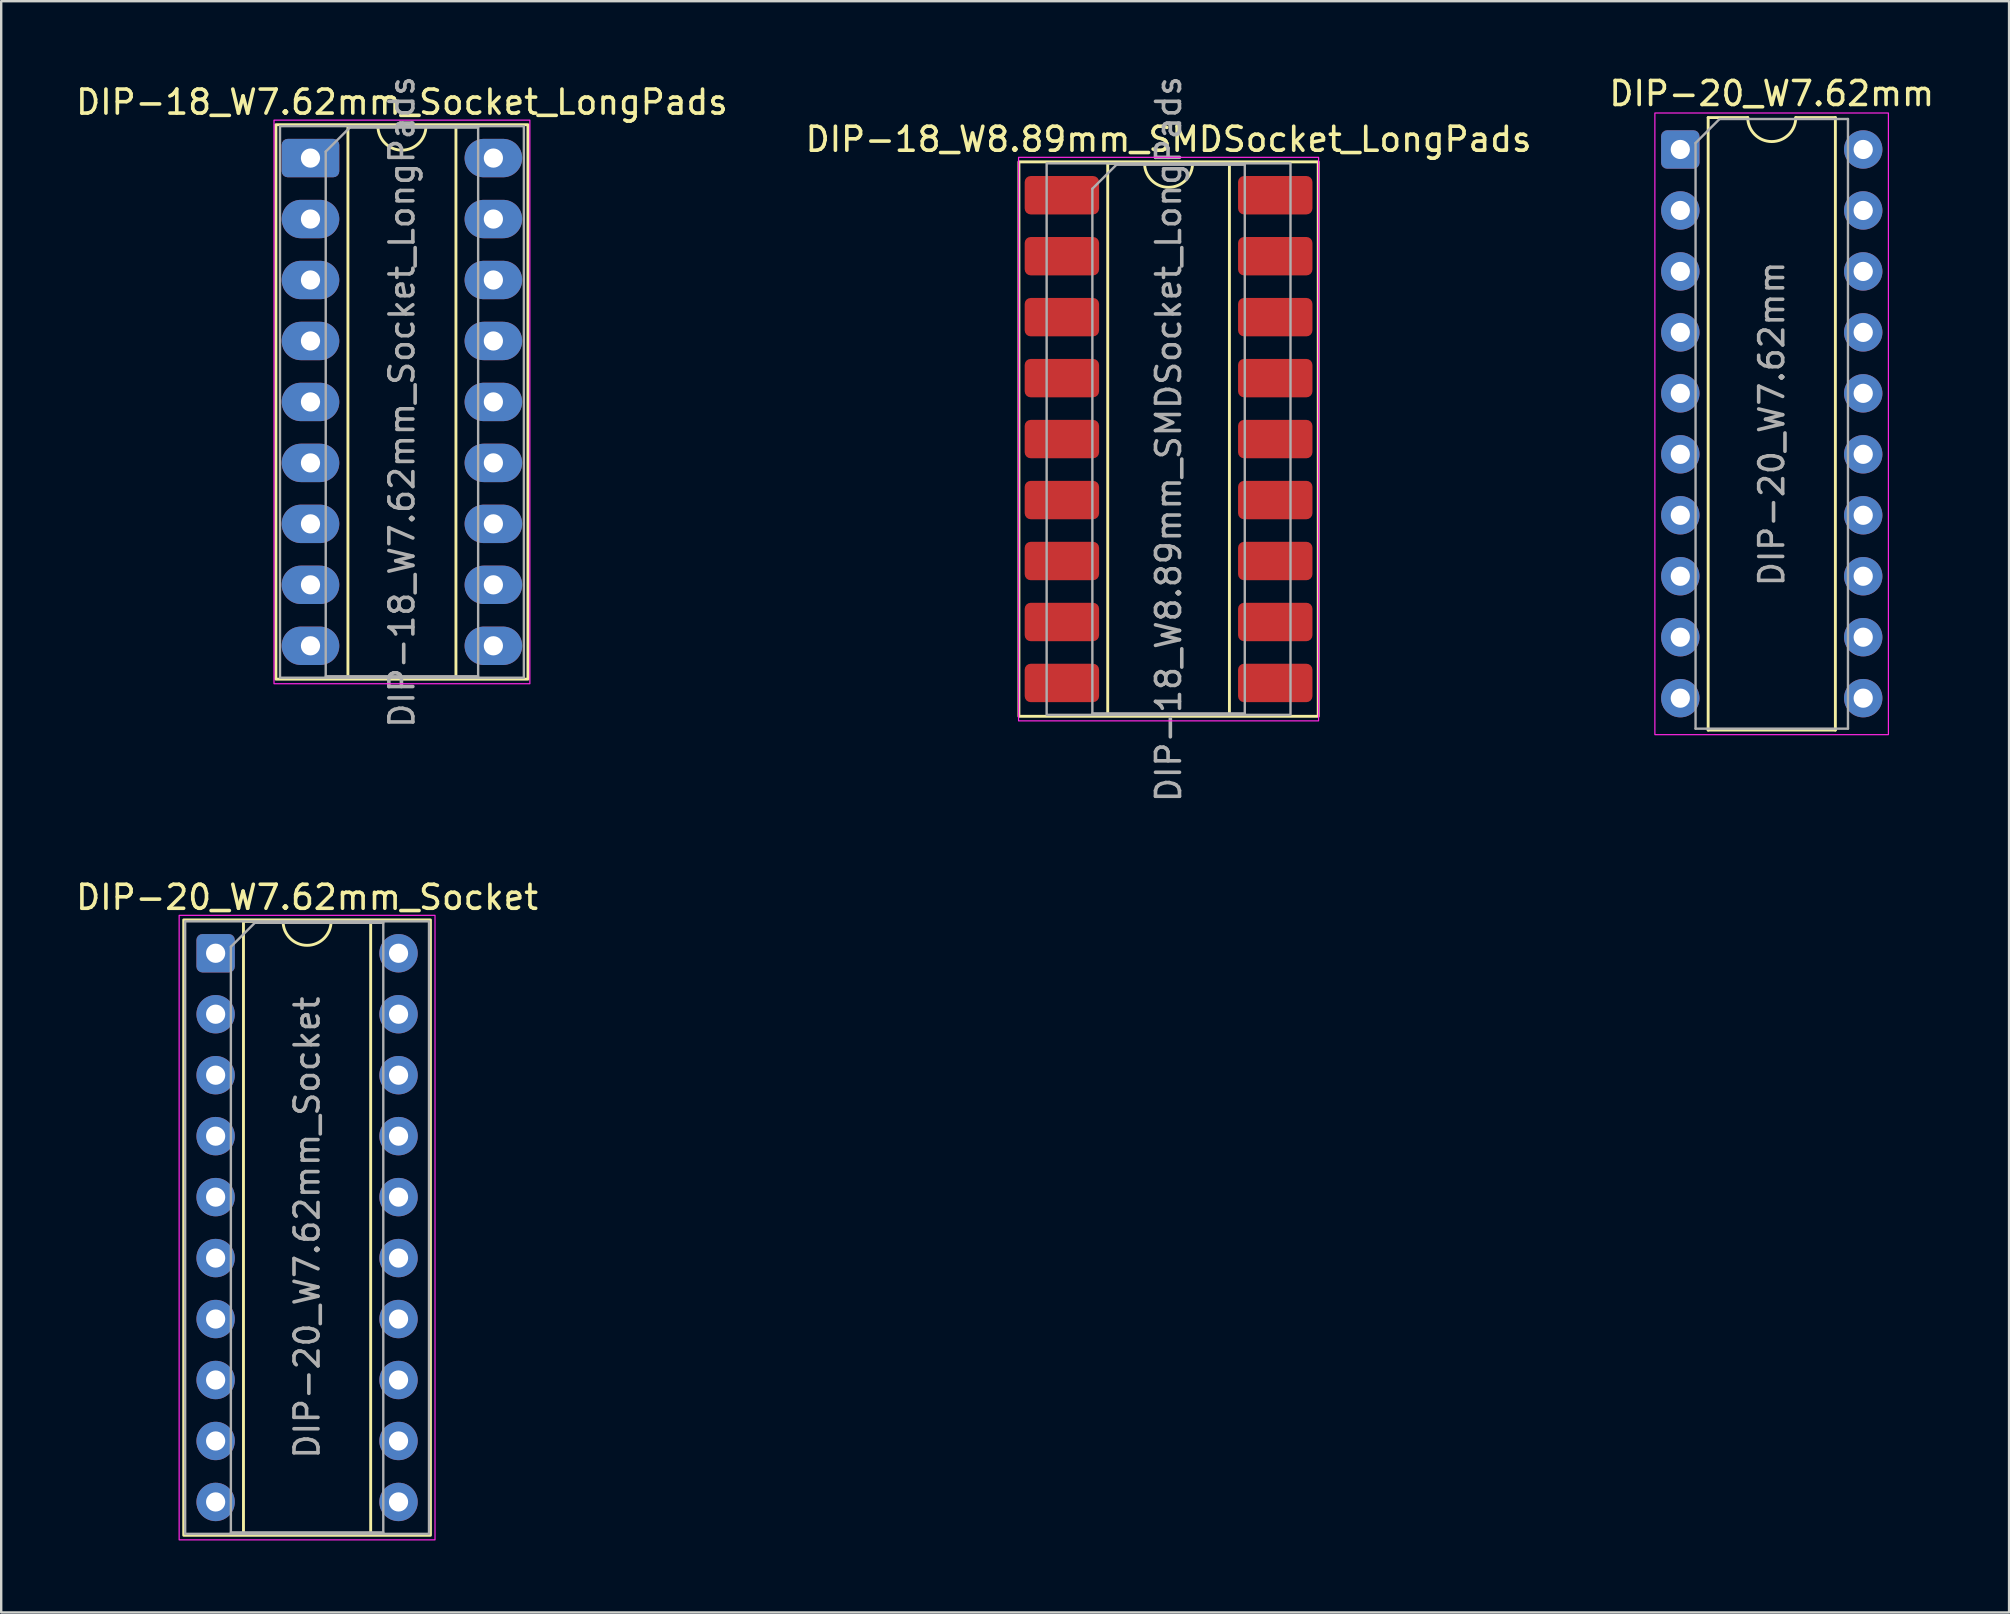
<source format=kicad_pcb>
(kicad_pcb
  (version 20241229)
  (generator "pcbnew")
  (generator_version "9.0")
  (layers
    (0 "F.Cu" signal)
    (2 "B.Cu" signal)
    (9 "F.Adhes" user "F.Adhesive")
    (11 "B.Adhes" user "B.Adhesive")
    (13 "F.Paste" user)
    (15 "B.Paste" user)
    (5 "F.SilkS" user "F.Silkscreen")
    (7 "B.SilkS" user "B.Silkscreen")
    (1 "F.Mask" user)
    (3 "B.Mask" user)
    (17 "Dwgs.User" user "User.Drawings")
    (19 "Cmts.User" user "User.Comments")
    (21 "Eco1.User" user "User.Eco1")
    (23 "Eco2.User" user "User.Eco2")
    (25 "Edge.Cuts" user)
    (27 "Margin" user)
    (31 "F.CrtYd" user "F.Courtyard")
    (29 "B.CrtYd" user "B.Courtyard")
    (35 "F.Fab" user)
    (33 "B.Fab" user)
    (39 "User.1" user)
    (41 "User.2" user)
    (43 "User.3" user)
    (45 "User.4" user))
  (footprint "DIP-20_W7.62mm_Socket"
    (layer "F.Cu")
    (at 5.934 36.666)
    (property "Reference" "DIP-20_W7.62mm_Socket" (at 3.81 -2.33 0) (layer "F.SilkS") (effects (font (size 1 1) (thickness 0.15))))
    (attr through_hole)
    (fp_line (start 1.16 -1.33) (end 1.16 24.19) (stroke (width 0.12) (type solid)) (layer "F.SilkS"))
    (fp_line (start 1.16 24.19) (end 6.46 24.19) (stroke (width 0.12) (type solid)) (layer "F.SilkS"))
    (fp_line (start 2.81 -1.33) (end 1.16 -1.33) (stroke (width 0.12) (type solid)) (layer "F.SilkS"))
    (fp_line (start 6.46 -1.33) (end 4.81 -1.33) (stroke (width 0.12) (type solid)) (layer "F.SilkS"))
    (fp_line (start 6.46 24.19) (end 6.46 -1.33) (stroke (width 0.12) (type solid)) (layer "F.SilkS"))
    (fp_rect (start -1.33 -1.39) (end 8.95 24.25) (stroke (width 0.12) (type solid)) (fill no) (layer "F.SilkS"))
    (fp_arc (start 4.81 -1.33) (mid 3.81 -0.33) (end 2.81 -1.33) (stroke (width 0.12) (type solid)) (layer "F.SilkS"))
    (fp_rect (start -1.52 -1.58) (end 9.14 24.44) (stroke (width 0.05) (type solid)) (fill no) (layer "F.CrtYd"))
    (fp_line (start 0.635 -0.27) (end 1.635 -1.27) (stroke (width 0.1) (type solid)) (layer "F.Fab"))
    (fp_line (start 0.635 24.13) (end 0.635 -0.27) (stroke (width 0.1) (type solid)) (layer "F.Fab"))
    (fp_line (start 1.635 -1.27) (end 6.985 -1.27) (stroke (width 0.1) (type solid)) (layer "F.Fab"))
    (fp_line (start 6.985 -1.27) (end 6.985 24.13) (stroke (width 0.1) (type solid)) (layer "F.Fab"))
    (fp_line (start 6.985 24.13) (end 0.635 24.13) (stroke (width 0.1) (type solid)) (layer "F.Fab"))
    (fp_rect (start -1.27 -1.33) (end 8.89 24.19) (stroke (width 0.1) (type solid)) (fill no) (layer "F.Fab"))
    (fp_text user "${REFERENCE}" (at 3.81 11.43 90) (layer "F.Fab") (effects (font (size 1 1) (thickness 0.15))))
    (pad "1" thru_hole roundrect (at 0 0) (size 1.6 1.6) (drill 0.8) (layers "*.Cu" "*.Mask") (roundrect_rratio 0.156))
    (pad "2" thru_hole circle (at 0 2.54) (size 1.6 1.6) (drill 0.8) (layers "*.Cu" "*.Mask"))
    (pad "3" thru_hole circle (at 0 5.08) (size 1.6 1.6) (drill 0.8) (layers "*.Cu" "*.Mask"))
    (pad "4" thru_hole circle (at 0 7.62) (size 1.6 1.6) (drill 0.8) (layers "*.Cu" "*.Mask"))
    (pad "5" thru_hole circle (at 0 10.16) (size 1.6 1.6) (drill 0.8) (layers "*.Cu" "*.Mask"))
    (pad "6" thru_hole circle (at 0 12.7) (size 1.6 1.6) (drill 0.8) (layers "*.Cu" "*.Mask"))
    (pad "7" thru_hole circle (at 0 15.24) (size 1.6 1.6) (drill 0.8) (layers "*.Cu" "*.Mask"))
    (pad "8" thru_hole circle (at 0 17.78) (size 1.6 1.6) (drill 0.8) (layers "*.Cu" "*.Mask"))
    (pad "9" thru_hole circle (at 0 20.32) (size 1.6 1.6) (drill 0.8) (layers "*.Cu" "*.Mask"))
    (pad "10" thru_hole circle (at 0 22.86) (size 1.6 1.6) (drill 0.8) (layers "*.Cu" "*.Mask"))
    (pad "11" thru_hole circle (at 7.62 22.86) (size 1.6 1.6) (drill 0.8) (layers "*.Cu" "*.Mask"))
    (pad "12" thru_hole circle (at 7.62 20.32) (size 1.6 1.6) (drill 0.8) (layers "*.Cu" "*.Mask"))
    (pad "13" thru_hole circle (at 7.62 17.78) (size 1.6 1.6) (drill 0.8) (layers "*.Cu" "*.Mask"))
    (pad "14" thru_hole circle (at 7.62 15.24) (size 1.6 1.6) (drill 0.8) (layers "*.Cu" "*.Mask"))
    (pad "15" thru_hole circle (at 7.62 12.7) (size 1.6 1.6) (drill 0.8) (layers "*.Cu" "*.Mask"))
    (pad "16" thru_hole circle (at 7.62 10.16) (size 1.6 1.6) (drill 0.8) (layers "*.Cu" "*.Mask"))
    (pad "17" thru_hole circle (at 7.62 7.62) (size 1.6 1.6) (drill 0.8) (layers "*.Cu" "*.Mask"))
    (pad "18" thru_hole circle (at 7.62 5.08) (size 1.6 1.6) (drill 0.8) (layers "*.Cu" "*.Mask"))
    (pad "19" thru_hole circle (at 7.62 2.54) (size 1.6 1.6) (drill 0.8) (layers "*.Cu" "*.Mask"))
    (pad "20" thru_hole circle (at 7.62 0) (size 1.6 1.6) (drill 0.8) (layers "*.Cu" "*.Mask")))
  (footprint "DIP-18_W7.62mm_Socket_LongPads"
    (layer "F.Cu")
    (at 9.886 3.536)
    (property "Reference" "DIP-18_W7.62mm_Socket_LongPads" (at 3.81 -2.33 0) (layer "F.SilkS") (effects (font (size 1 1) (thickness 0.15))))
    (attr through_hole)
    (fp_line (start 1.56 -1.33) (end 1.56 21.65) (stroke (width 0.12) (type solid)) (layer "F.SilkS"))
    (fp_line (start 1.56 21.65) (end 6.06 21.65) (stroke (width 0.12) (type solid)) (layer "F.SilkS"))
    (fp_line (start 2.81 -1.33) (end 1.56 -1.33) (stroke (width 0.12) (type solid)) (layer "F.SilkS"))
    (fp_line (start 6.06 -1.33) (end 4.81 -1.33) (stroke (width 0.12) (type solid)) (layer "F.SilkS"))
    (fp_line (start 6.06 21.65) (end 6.06 -1.33) (stroke (width 0.12) (type solid)) (layer "F.SilkS"))
    (fp_rect (start -1.44 -1.39) (end 9.06 21.71) (stroke (width 0.12) (type solid)) (fill no) (layer "F.SilkS"))
    (fp_arc (start 4.81 -1.33) (mid 3.81 -0.33) (end 2.81 -1.33) (stroke (width 0.12) (type solid)) (layer "F.SilkS"))
    (fp_rect (start -1.52 -1.58) (end 9.14 21.9) (stroke (width 0.05) (type solid)) (fill no) (layer "F.CrtYd"))
    (fp_line (start 0.635 -0.27) (end 1.635 -1.27) (stroke (width 0.1) (type solid)) (layer "F.Fab"))
    (fp_line (start 0.635 21.59) (end 0.635 -0.27) (stroke (width 0.1) (type solid)) (layer "F.Fab"))
    (fp_line (start 1.635 -1.27) (end 6.985 -1.27) (stroke (width 0.1) (type solid)) (layer "F.Fab"))
    (fp_line (start 6.985 -1.27) (end 6.985 21.59) (stroke (width 0.1) (type solid)) (layer "F.Fab"))
    (fp_line (start 6.985 21.59) (end 0.635 21.59) (stroke (width 0.1) (type solid)) (layer "F.Fab"))
    (fp_rect (start -1.27 -1.33) (end 8.89 21.65) (stroke (width 0.1) (type solid)) (fill no) (layer "F.Fab"))
    (fp_text user "${REFERENCE}" (at 3.81 10.16 90) (layer "F.Fab") (effects (font (size 1 1) (thickness 0.15))))
    (pad "1" thru_hole roundrect (at 0 0) (size 2.4 1.6) (drill 0.8) (layers "*.Cu" "*.Mask") (roundrect_rratio 0.156))
    (pad "2" thru_hole oval (at 0 2.54) (size 2.4 1.6) (drill 0.8) (layers "*.Cu" "*.Mask"))
    (pad "3" thru_hole oval (at 0 5.08) (size 2.4 1.6) (drill 0.8) (layers "*.Cu" "*.Mask"))
    (pad "4" thru_hole oval (at 0 7.62) (size 2.4 1.6) (drill 0.8) (layers "*.Cu" "*.Mask"))
    (pad "5" thru_hole oval (at 0 10.16) (size 2.4 1.6) (drill 0.8) (layers "*.Cu" "*.Mask"))
    (pad "6" thru_hole oval (at 0 12.7) (size 2.4 1.6) (drill 0.8) (layers "*.Cu" "*.Mask"))
    (pad "7" thru_hole oval (at 0 15.24) (size 2.4 1.6) (drill 0.8) (layers "*.Cu" "*.Mask"))
    (pad "8" thru_hole oval (at 0 17.78) (size 2.4 1.6) (drill 0.8) (layers "*.Cu" "*.Mask"))
    (pad "9" thru_hole oval (at 0 20.32) (size 2.4 1.6) (drill 0.8) (layers "*.Cu" "*.Mask"))
    (pad "10" thru_hole oval (at 7.62 20.32) (size 2.4 1.6) (drill 0.8) (layers "*.Cu" "*.Mask"))
    (pad "11" thru_hole oval (at 7.62 17.78) (size 2.4 1.6) (drill 0.8) (layers "*.Cu" "*.Mask"))
    (pad "12" thru_hole oval (at 7.62 15.24) (size 2.4 1.6) (drill 0.8) (layers "*.Cu" "*.Mask"))
    (pad "13" thru_hole oval (at 7.62 12.7) (size 2.4 1.6) (drill 0.8) (layers "*.Cu" "*.Mask"))
    (pad "14" thru_hole oval (at 7.62 10.16) (size 2.4 1.6) (drill 0.8) (layers "*.Cu" "*.Mask"))
    (pad "15" thru_hole oval (at 7.62 7.62) (size 2.4 1.6) (drill 0.8) (layers "*.Cu" "*.Mask"))
    (pad "16" thru_hole oval (at 7.62 5.08) (size 2.4 1.6) (drill 0.8) (layers "*.Cu" "*.Mask"))
    (pad "17" thru_hole oval (at 7.62 2.54) (size 2.4 1.6) (drill 0.8) (layers "*.Cu" "*.Mask"))
    (pad "18" thru_hole oval (at 7.62 0) (size 2.4 1.6) (drill 0.8) (layers "*.Cu" "*.Mask")))
  (footprint "DIP-20_W7.62mm"
    (layer "F.Cu")
    (at 66.958 3.178)
    (property "Reference" "DIP-20_W7.62mm" (at 3.81 -2.33 0) (layer "F.SilkS") (effects (font (size 1 1) (thickness 0.15))))
    (attr through_hole)
    (fp_line (start 1.16 -1.33) (end 1.16 24.19) (stroke (width 0.12) (type solid)) (layer "F.SilkS"))
    (fp_line (start 1.16 24.19) (end 6.46 24.19) (stroke (width 0.12) (type solid)) (layer "F.SilkS"))
    (fp_line (start 2.81 -1.33) (end 1.16 -1.33) (stroke (width 0.12) (type solid)) (layer "F.SilkS"))
    (fp_line (start 6.46 -1.33) (end 4.81 -1.33) (stroke (width 0.12) (type solid)) (layer "F.SilkS"))
    (fp_line (start 6.46 24.19) (end 6.46 -1.33) (stroke (width 0.12) (type solid)) (layer "F.SilkS"))
    (fp_arc (start 4.81 -1.33) (mid 3.81 -0.33) (end 2.81 -1.33) (stroke (width 0.12) (type solid)) (layer "F.SilkS"))
    (fp_rect (start -1.06 -1.52) (end 8.67 24.38) (stroke (width 0.05) (type solid)) (fill no) (layer "F.CrtYd"))
    (fp_line (start 0.635 -0.27) (end 1.635 -1.27) (stroke (width 0.1) (type solid)) (layer "F.Fab"))
    (fp_line (start 0.635 24.13) (end 0.635 -0.27) (stroke (width 0.1) (type solid)) (layer "F.Fab"))
    (fp_line (start 1.635 -1.27) (end 6.985 -1.27) (stroke (width 0.1) (type solid)) (layer "F.Fab"))
    (fp_line (start 6.985 -1.27) (end 6.985 24.13) (stroke (width 0.1) (type solid)) (layer "F.Fab"))
    (fp_line (start 6.985 24.13) (end 0.635 24.13) (stroke (width 0.1) (type solid)) (layer "F.Fab"))
    (fp_text user "${REFERENCE}" (at 3.81 11.43 90) (layer "F.Fab") (effects (font (size 1 1) (thickness 0.15))))
    (pad "1" thru_hole roundrect (at 0 0) (size 1.6 1.6) (drill 0.8) (layers "*.Cu" "*.Mask") (roundrect_rratio 0.156))
    (pad "2" thru_hole circle (at 0 2.54) (size 1.6 1.6) (drill 0.8) (layers "*.Cu" "*.Mask"))
    (pad "3" thru_hole circle (at 0 5.08) (size 1.6 1.6) (drill 0.8) (layers "*.Cu" "*.Mask"))
    (pad "4" thru_hole circle (at 0 7.62) (size 1.6 1.6) (drill 0.8) (layers "*.Cu" "*.Mask"))
    (pad "5" thru_hole circle (at 0 10.16) (size 1.6 1.6) (drill 0.8) (layers "*.Cu" "*.Mask"))
    (pad "6" thru_hole circle (at 0 12.7) (size 1.6 1.6) (drill 0.8) (layers "*.Cu" "*.Mask"))
    (pad "7" thru_hole circle (at 0 15.24) (size 1.6 1.6) (drill 0.8) (layers "*.Cu" "*.Mask"))
    (pad "8" thru_hole circle (at 0 17.78) (size 1.6 1.6) (drill 0.8) (layers "*.Cu" "*.Mask"))
    (pad "9" thru_hole circle (at 0 20.32) (size 1.6 1.6) (drill 0.8) (layers "*.Cu" "*.Mask"))
    (pad "10" thru_hole circle (at 0 22.86) (size 1.6 1.6) (drill 0.8) (layers "*.Cu" "*.Mask"))
    (pad "11" thru_hole circle (at 7.62 22.86) (size 1.6 1.6) (drill 0.8) (layers "*.Cu" "*.Mask"))
    (pad "12" thru_hole circle (at 7.62 20.32) (size 1.6 1.6) (drill 0.8) (layers "*.Cu" "*.Mask"))
    (pad "13" thru_hole circle (at 7.62 17.78) (size 1.6 1.6) (drill 0.8) (layers "*.Cu" "*.Mask"))
    (pad "14" thru_hole circle (at 7.62 15.24) (size 1.6 1.6) (drill 0.8) (layers "*.Cu" "*.Mask"))
    (pad "15" thru_hole circle (at 7.62 12.7) (size 1.6 1.6) (drill 0.8) (layers "*.Cu" "*.Mask"))
    (pad "16" thru_hole circle (at 7.62 10.16) (size 1.6 1.6) (drill 0.8) (layers "*.Cu" "*.Mask"))
    (pad "17" thru_hole circle (at 7.62 7.62) (size 1.6 1.6) (drill 0.8) (layers "*.Cu" "*.Mask"))
    (pad "18" thru_hole circle (at 7.62 5.08) (size 1.6 1.6) (drill 0.8) (layers "*.Cu" "*.Mask"))
    (pad "19" thru_hole circle (at 7.62 2.54) (size 1.6 1.6) (drill 0.8) (layers "*.Cu" "*.Mask"))
    (pad "20" thru_hole circle (at 7.62 0) (size 1.6 1.6) (drill 0.8) (layers "*.Cu" "*.Mask")))
  (footprint "DIP-18_W8.89mm_SMDSocket_LongPads"
    (layer "F.Cu")
    (at 45.637 15.244)
    (property "Reference" "DIP-18_W8.89mm_SMDSocket_LongPads" (at 0 -12.49 0) (layer "F.SilkS") (effects (font (size 1 1) (thickness 0.15))))
    (attr smd)
    (fp_line (start -2.535 -11.49) (end -2.535 11.49) (stroke (width 0.12) (type solid)) (layer "F.SilkS"))
    (fp_line (start -2.535 11.49) (end 2.535 11.49) (stroke (width 0.12) (type solid)) (layer "F.SilkS"))
    (fp_line (start -1 -11.49) (end -2.535 -11.49) (stroke (width 0.12) (type solid)) (layer "F.SilkS"))
    (fp_line (start 2.535 -11.49) (end 1 -11.49) (stroke (width 0.12) (type solid)) (layer "F.SilkS"))
    (fp_line (start 2.535 11.49) (end 2.535 -11.49) (stroke (width 0.12) (type solid)) (layer "F.SilkS"))
    (fp_rect (start -6.235 -11.55) (end 6.235 11.55) (stroke (width 0.12) (type solid)) (fill no) (layer "F.SilkS"))
    (fp_arc (start 1 -11.49) (mid 0 -10.49) (end -1 -11.49) (stroke (width 0.12) (type solid)) (layer "F.SilkS"))
    (fp_rect (start -6.25 -11.74) (end 6.25 11.74) (stroke (width 0.05) (type solid)) (fill no) (layer "F.CrtYd"))
    (fp_line (start -3.175 -10.43) (end -2.175 -11.43) (stroke (width 0.1) (type solid)) (layer "F.Fab"))
    (fp_line (start -3.175 11.43) (end -3.175 -10.43) (stroke (width 0.1) (type solid)) (layer "F.Fab"))
    (fp_line (start -2.175 -11.43) (end 3.175 -11.43) (stroke (width 0.1) (type solid)) (layer "F.Fab"))
    (fp_line (start 3.175 -11.43) (end 3.175 11.43) (stroke (width 0.1) (type solid)) (layer "F.Fab"))
    (fp_line (start 3.175 11.43) (end -3.175 11.43) (stroke (width 0.1) (type solid)) (layer "F.Fab"))
    (fp_rect (start -5.08 -11.49) (end 5.08 11.49) (stroke (width 0.1) (type solid)) (fill no) (layer "F.Fab"))
    (fp_text user "${REFERENCE}" (at 0 0 90) (layer "F.Fab") (effects (font (size 1 1) (thickness 0.15))))
    (pad "1" smd roundrect (at -4.445 -10.16) (size 3.1 1.6) (layers "F.Cu" "F.Mask" "F.Paste") (roundrect_rratio 0.156))
    (pad "2" smd roundrect (at -4.445 -7.62) (size 3.1 1.6) (layers "F.Cu" "F.Mask" "F.Paste") (roundrect_rratio 0.156))
    (pad "3" smd roundrect (at -4.445 -5.08) (size 3.1 1.6) (layers "F.Cu" "F.Mask" "F.Paste") (roundrect_rratio 0.156))
    (pad "4" smd roundrect (at -4.445 -2.54) (size 3.1 1.6) (layers "F.Cu" "F.Mask" "F.Paste") (roundrect_rratio 0.156))
    (pad "5" smd roundrect (at -4.445 0) (size 3.1 1.6) (layers "F.Cu" "F.Mask" "F.Paste") (roundrect_rratio 0.156))
    (pad "6" smd roundrect (at -4.445 2.54) (size 3.1 1.6) (layers "F.Cu" "F.Mask" "F.Paste") (roundrect_rratio 0.156))
    (pad "7" smd roundrect (at -4.445 5.08) (size 3.1 1.6) (layers "F.Cu" "F.Mask" "F.Paste") (roundrect_rratio 0.156))
    (pad "8" smd roundrect (at -4.445 7.62) (size 3.1 1.6) (layers "F.Cu" "F.Mask" "F.Paste") (roundrect_rratio 0.156))
    (pad "9" smd roundrect (at -4.445 10.16) (size 3.1 1.6) (layers "F.Cu" "F.Mask" "F.Paste") (roundrect_rratio 0.156))
    (pad "10" smd roundrect (at 4.445 10.16) (size 3.1 1.6) (layers "F.Cu" "F.Mask" "F.Paste") (roundrect_rratio 0.156))
    (pad "11" smd roundrect (at 4.445 7.62) (size 3.1 1.6) (layers "F.Cu" "F.Mask" "F.Paste") (roundrect_rratio 0.156))
    (pad "12" smd roundrect (at 4.445 5.08) (size 3.1 1.6) (layers "F.Cu" "F.Mask" "F.Paste") (roundrect_rratio 0.156))
    (pad "13" smd roundrect (at 4.445 2.54) (size 3.1 1.6) (layers "F.Cu" "F.Mask" "F.Paste") (roundrect_rratio 0.156))
    (pad "14" smd roundrect (at 4.445 0) (size 3.1 1.6) (layers "F.Cu" "F.Mask" "F.Paste") (roundrect_rratio 0.156))
    (pad "15" smd roundrect (at 4.445 -2.54) (size 3.1 1.6) (layers "F.Cu" "F.Mask" "F.Paste") (roundrect_rratio 0.156))
    (pad "16" smd roundrect (at 4.445 -5.08) (size 3.1 1.6) (layers "F.Cu" "F.Mask" "F.Paste") (roundrect_rratio 0.156))
    (pad "17" smd roundrect (at 4.445 -7.62) (size 3.1 1.6) (layers "F.Cu" "F.Mask" "F.Paste") (roundrect_rratio 0.156))
    (pad "18" smd roundrect (at 4.445 -10.16) (size 3.1 1.6) (layers "F.Cu" "F.Mask" "F.Paste") (roundrect_rratio 0.156)))
  (gr_rect
    (start -3 -3)
    (end 80.655 64.131)
    (stroke (width 0.1) (type default))
    (fill no)
    (layer "Edge.Cuts")))
</source>
